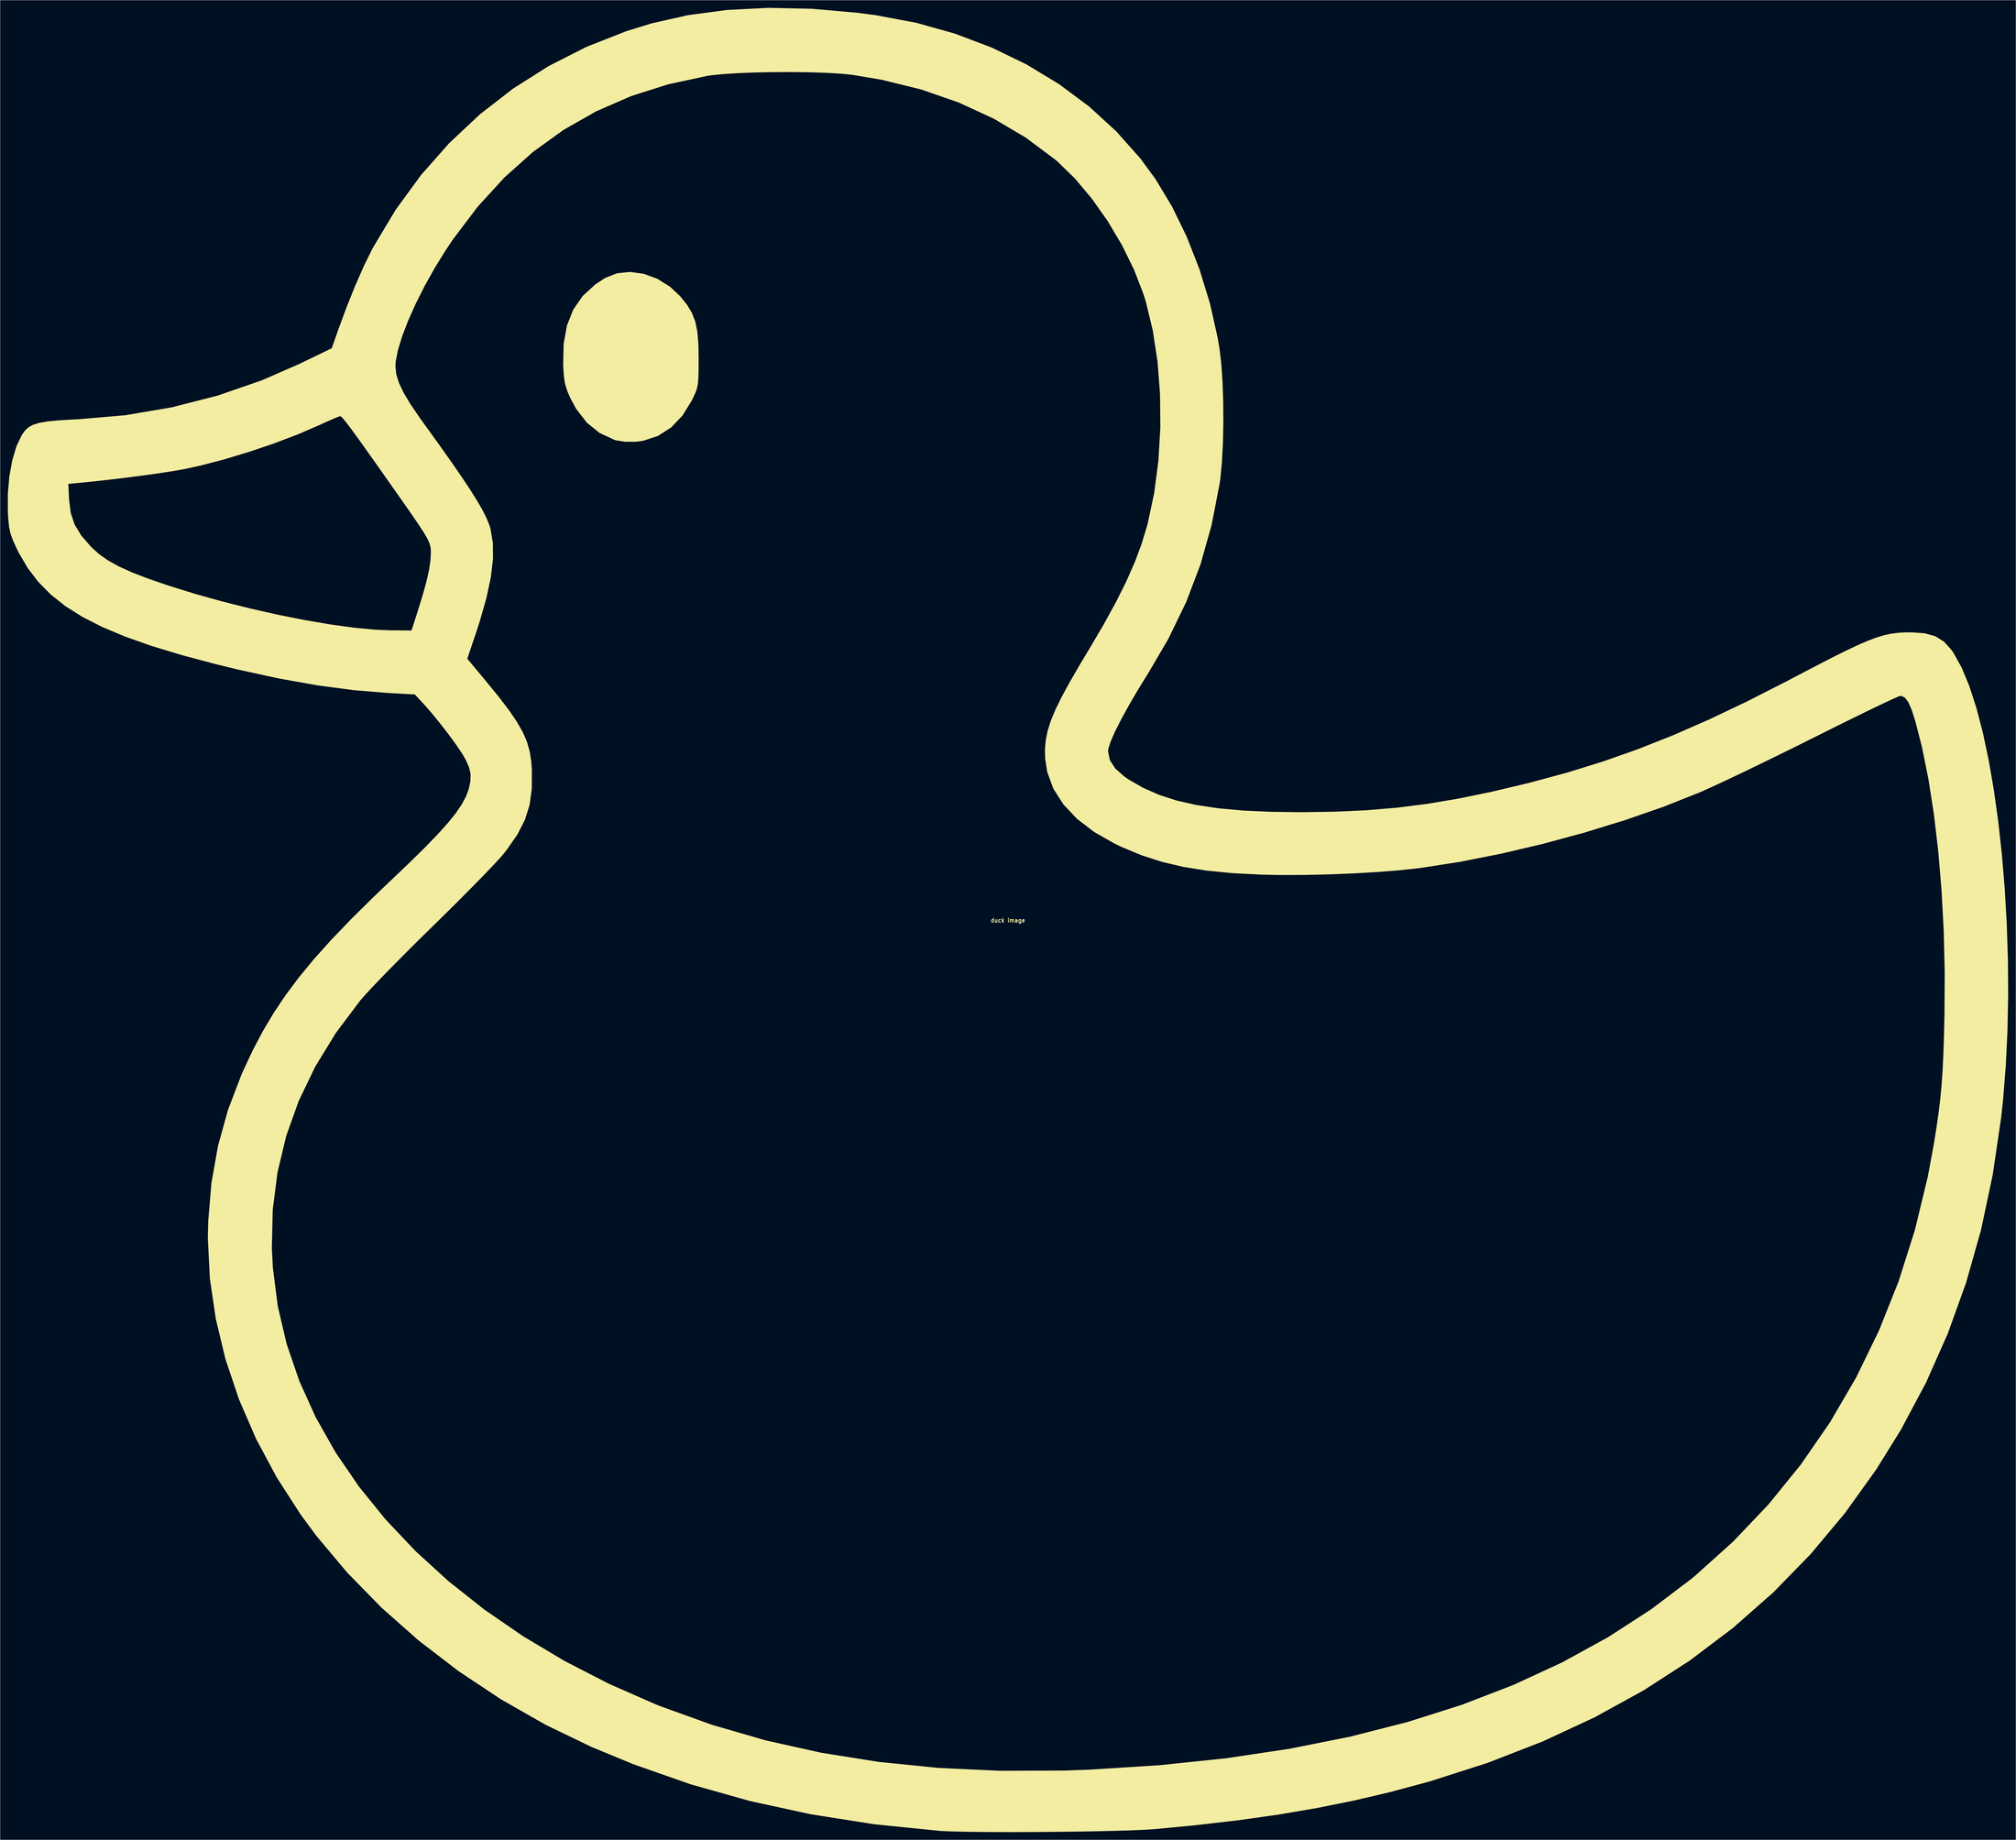
<source format=kicad_pcb>
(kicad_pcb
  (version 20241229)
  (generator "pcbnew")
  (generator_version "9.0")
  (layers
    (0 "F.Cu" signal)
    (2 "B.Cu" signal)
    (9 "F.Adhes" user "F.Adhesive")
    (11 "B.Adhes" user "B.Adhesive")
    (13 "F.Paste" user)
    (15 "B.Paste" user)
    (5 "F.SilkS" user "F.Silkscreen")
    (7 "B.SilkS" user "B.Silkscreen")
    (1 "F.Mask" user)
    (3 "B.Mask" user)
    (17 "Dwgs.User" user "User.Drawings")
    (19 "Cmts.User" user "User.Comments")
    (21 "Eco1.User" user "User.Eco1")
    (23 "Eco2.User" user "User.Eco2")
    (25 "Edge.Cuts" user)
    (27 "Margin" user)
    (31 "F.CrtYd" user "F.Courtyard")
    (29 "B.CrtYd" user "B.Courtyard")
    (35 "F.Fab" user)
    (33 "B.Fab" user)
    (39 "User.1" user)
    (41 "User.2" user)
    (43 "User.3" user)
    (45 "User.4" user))
  (footprint "duck image"
    (layer "F.Cu")
    (at 388.79 354.808)
    (property "Reference" "duck image" (at 0 0 0) (layer "F.SilkS") (effects (font (size 1.524 1.524) (thickness 0.3))))
    (attr through_hole)
    (fp_poly (pts (xy -141.525 -251.38) (xy -136.256 -249.433) (xy -131.33 -246.349) (xy -127.413 -242.655) (xy -124.776 -239.37) (xy -122.854 -236.204) (xy -121.546 -232.811) (xy -120.746 -228.843) (xy -120.351 -223.952) (xy -120.257 -218.66) (xy -120.268 -214.225) (xy -120.343 -211.014) (xy -120.538 -208.662) (xy -120.913 -206.805) (xy -121.523 -205.079) (xy -122.426 -203.121) (xy -122.838 -202.28) (xy -126.498 -196.326) (xy -130.94 -191.666) (xy -136.081 -188.364) (xy -141.837 -186.48) (xy -144.701 -186.104) (xy -148.807 -186.107) (xy -152.382 -186.666) (xy -152.936 -186.83) (xy -158.734 -189.519) (xy -163.69 -193.521) (xy -167.838 -198.869) (xy -170.125 -203.102) (xy -171.372 -205.998) (xy -172.16 -208.603) (xy -172.618 -211.517) (xy -172.874 -215.337) (xy -172.901 -215.953) (xy -172.722 -224.166) (xy -171.437 -231.299) (xy -168.995 -237.453) (xy -165.347 -242.732) (xy -160.443 -247.239) (xy -156.666 -249.741) (xy -152.003 -251.6) (xy -146.865 -252.124) (xy -141.525 -251.38)) (stroke (width 0.01) (type solid)) (fill yes) (layer "F.SilkS"))
    (fp_poly (pts (xy -76.248 -354.442) (xy -58.573 -352.889) (xy -51.197 -351.918) (xy -35.625 -348.985) (xy -20.629 -344.779) (xy -6.311 -339.362) (xy 7.225 -332.793) (xy 19.878 -325.132) (xy 31.544 -316.439) (xy 42.121 -306.774) (xy 51.507 -296.199) (xy 57.325 -288.269) (xy 63.746 -277.625) (xy 69.496 -265.812) (xy 74.453 -253.151) (xy 78.498 -239.962) (xy 81.509 -226.566) (xy 82.24 -222.25) (xy 82.936 -216.378) (xy 83.418 -209.369) (xy 83.684 -201.645) (xy 83.736 -193.629) (xy 83.572 -185.746) (xy 83.192 -178.416) (xy 82.596 -172.065) (xy 82.292 -169.863) (xy 79.161 -153.727) (xy 74.861 -138.465) (xy 69.286 -123.802) (xy 62.335 -109.461) (xy 54.713 -96.441) (xy 50.668 -89.885) (xy 47.09 -83.773) (xy 44.058 -78.26) (xy 41.652 -73.5) (xy 39.952 -69.647) (xy 39.037 -66.854) (xy 38.897 -65.809) (xy 39.608 -62.313) (xy 41.771 -58.995) (xy 45.446 -55.776) (xy 46.913 -54.778) (xy 52.554 -51.54) (xy 58.711 -48.831) (xy 65.534 -46.621) (xy 73.173 -44.884) (xy 81.777 -43.589) (xy 91.497 -42.708) (xy 102.481 -42.214) (xy 113.82 -42.077) (xy 127.059 -42.26) (xy 139.425 -42.829) (xy 151.295 -43.832) (xy 163.042 -45.318) (xy 175.043 -47.335) (xy 187.672 -49.932) (xy 201.306 -53.157) (xy 203.351 -53.67) (xy 217.517 -57.504) (xy 231.285 -61.771) (xy 244.914 -66.576) (xy 258.661 -72.02) (xy 272.787 -78.208) (xy 287.549 -85.243) (xy 303.206 -93.226) (xy 304.814 -94.072) (xy 312.793 -98.259) (xy 319.543 -101.746) (xy 325.228 -104.595) (xy 330.009 -106.868) (xy 334.051 -108.631) (xy 337.516 -109.945) (xy 340.568 -110.873) (xy 343.368 -111.48) (xy 346.08 -111.827) (xy 348.867 -111.979) (xy 351.087 -112.002) (xy 356.376 -111.639) (xy 360.546 -110.469) (xy 363.927 -108.332) (xy 366.851 -105.067) (xy 367.598 -103.981) (xy 370.775 -98.233) (xy 373.744 -91.049) (xy 376.491 -82.569) (xy 379 -72.932) (xy 381.259 -62.279) (xy 383.251 -50.749) (xy 384.964 -38.482) (xy 386.383 -25.618) (xy 387.493 -12.297) (xy 388.28 1.343) (xy 388.73 15.16) (xy 388.829 29.016) (xy 388.562 42.77) (xy 387.915 56.283) (xy 386.873 69.415) (xy 386.106 76.597) (xy 382.812 98.943) (xy 378.273 120.345) (xy 372.463 140.876) (xy 365.357 160.611) (xy 356.928 179.623) (xy 347.15 197.986) (xy 337.56 213.439) (xy 325.311 230.513) (xy 311.935 246.482) (xy 297.428 261.349) (xy 281.787 275.117) (xy 265.007 287.788) (xy 247.086 299.363) (xy 228.019 309.847) (xy 207.803 319.24) (xy 186.434 327.546) (xy 163.909 334.767) (xy 148.529 338.909) (xy 134.356 342.227) (xy 119.924 345.135) (xy 104.96 347.678) (xy 89.193 349.898) (xy 72.351 351.837) (xy 57.15 353.282) (xy 53.478 353.525) (xy 48.48 353.745) (xy 42.394 353.938) (xy 35.458 354.104) (xy 27.911 354.239) (xy 19.989 354.343) (xy 11.932 354.413) (xy 3.979 354.447) (xy -3.634 354.443) (xy -10.668 354.4) (xy -16.884 354.315) (xy -22.044 354.186) (xy -25.91 354.012) (xy -26.591 353.966) (xy -52.053 351.385) (xy -76.633 347.516) (xy -100.396 342.342) (xy -123.408 335.848) (xy -145.735 328.018) (xy -161.925 321.323) (xy -179.878 312.647) (xy -197.144 302.791) (xy -213.599 291.853) (xy -229.121 279.933) (xy -243.586 267.127) (xy -256.871 253.536) (xy -268.853 239.256) (xy -274.958 230.981) (xy -284.303 216.473) (xy -292.311 201.5) (xy -298.944 186.175) (xy -304.169 170.611) (xy -307.949 154.922) (xy -310.249 139.218) (xy -310.84 127.467) (xy -286.157 127.467) (xy -285.763 135.133) (xy -283.857 149.994) (xy -280.419 164.649) (xy -275.496 179.045) (xy -269.137 193.127) (xy -261.39 206.84) (xy -252.302 220.13) (xy -241.922 232.944) (xy -230.298 245.226) (xy -217.477 256.922) (xy -203.508 267.979) (xy -188.439 278.341) (xy -172.317 287.955) (xy -155.191 296.766) (xy -137.109 304.719) (xy -135.238 305.47) (xy -115.021 312.765) (xy -94.165 318.807) (xy -72.608 323.604) (xy -50.284 327.165) (xy -27.13 329.501) (xy -3.083 330.621) (xy 21.923 330.534) (xy 31.75 330.184) (xy 58.896 328.465) (xy 84.812 325.759) (xy 109.517 322.06) (xy 133.026 317.362) (xy 155.36 311.659) (xy 176.535 304.946) (xy 196.568 297.218) (xy 215.479 288.468) (xy 233.284 278.691) (xy 250.001 267.881) (xy 265.648 256.032) (xy 266.99 254.926) (xy 281.887 241.547) (xy 295.636 227.091) (xy 308.211 211.604) (xy 319.587 195.131) (xy 329.739 177.717) (xy 338.643 159.408) (xy 346.272 140.25) (xy 352.603 120.286) (xy 357.609 99.563) (xy 359.88 87.312) (xy 360.912 80.872) (xy 361.746 75.121) (xy 362.407 69.737) (xy 362.923 64.398) (xy 363.321 58.779) (xy 363.626 52.56) (xy 363.867 45.416) (xy 364.068 37.026) (xy 364.079 36.513) (xy 364.171 20.21) (xy 363.784 4.067) (xy 362.939 -11.715) (xy 361.654 -26.936) (xy 359.952 -41.394) (xy 357.85 -54.889) (xy 355.37 -67.219) (xy 352.762 -77.392) (xy 351.365 -81.777) (xy 350.073 -84.766) (xy 348.783 -86.538) (xy 347.388 -87.269) (xy 346.894 -87.312) (xy 345.932 -86.966) (xy 343.702 -85.973) (xy 340.353 -84.407) (xy 336.034 -82.338) (xy 330.893 -79.839) (xy 325.079 -76.98) (xy 318.741 -73.835) (xy 313.481 -71.204) (xy 306.299 -67.622) (xy 299.073 -64.06) (xy 292.029 -60.626) (xy 285.391 -57.428) (xy 279.386 -54.575) (xy 274.237 -52.174) (xy 270.171 -50.334) (xy 268.684 -49.688) (xy 254.865 -44.207) (xy 239.855 -38.985) (xy 224.047 -34.126) (xy 207.83 -29.737) (xy 191.595 -25.921) (xy 175.733 -22.786) (xy 160.634 -20.434) (xy 159.544 -20.293) (xy 152.219 -19.501) (xy 143.719 -18.828) (xy 134.451 -18.291) (xy 124.823 -17.905) (xy 115.245 -17.689) (xy 106.123 -17.659) (xy 98.902 -17.796) (xy 87.454 -18.372) (xy 77.288 -19.363) (xy 68.138 -20.824) (xy 59.742 -22.811) (xy 51.833 -25.38) (xy 44.148 -28.585) (xy 41.503 -29.847) (xy 33.488 -34.412) (xy 26.81 -39.538) (xy 21.517 -45.168) (xy 17.655 -51.245) (xy 15.271 -57.712) (xy 14.473 -62.917) (xy 14.396 -66.507) (xy 14.686 -70.027) (xy 15.415 -73.658) (xy 16.653 -77.578) (xy 18.471 -81.965) (xy 20.943 -86.999) (xy 24.137 -92.859) (xy 28.127 -99.724) (xy 31.16 -104.775) (xy 37.025 -114.72) (xy 41.949 -123.668) (xy 46.027 -131.825) (xy 49.355 -139.396) (xy 52.029 -146.586) (xy 54.145 -153.6) (xy 54.349 -154.373) (xy 56.861 -166.207) (xy 58.492 -178.742) (xy 59.246 -191.651) (xy 59.129 -204.609) (xy 58.149 -217.291) (xy 56.31 -229.369) (xy 53.618 -240.519) (xy 52.733 -243.367) (xy 49.054 -252.932) (xy 44.335 -262.544) (xy 38.786 -271.883) (xy 32.616 -280.631) (xy 26.033 -288.468) (xy 19.247 -295.076) (xy 18.426 -295.773) (xy 6.911 -304.37) (xy -5.648 -311.798) (xy -19.198 -318.035) (xy -33.683 -323.058) (xy -49.048 -326.844) (xy -60.325 -328.75) (xy -64.765 -329.207) (xy -70.381 -329.542) (xy -76.847 -329.755) (xy -83.834 -329.85) (xy -91.017 -329.828) (xy -98.069 -329.692) (xy -104.662 -329.443) (xy -110.47 -329.084) (xy -115.165 -328.618) (xy -116.805 -328.377) (xy -132.114 -325.078) (xy -146.527 -320.488) (xy -160.072 -314.587) (xy -172.777 -307.356) (xy -184.672 -298.775) (xy -195.786 -288.827) (xy -206.145 -277.491) (xy -215.781 -264.749) (xy -218.466 -260.753) (xy -222.728 -253.889) (xy -226.662 -246.865) (xy -230.171 -239.905) (xy -233.16 -233.229) (xy -235.531 -227.062) (xy -237.188 -221.623) (xy -238.034 -217.137) (xy -238.125 -215.521) (xy -237.809 -212.454) (xy -236.796 -209.099) (xy -234.989 -205.258) (xy -232.291 -200.733) (xy -228.605 -195.327) (xy -227.417 -193.675) (xy -221.52 -185.499) (xy -216.53 -178.461) (xy -212.376 -172.447) (xy -208.987 -167.345) (xy -206.29 -163.042) (xy -204.214 -159.425) (xy -202.689 -156.382) (xy -201.641 -153.8) (xy -201.182 -152.31) (xy -200.252 -146.838) (xy -200.197 -140.583) (xy -201.032 -133.431) (xy -202.772 -125.27) (xy -205.434 -115.986) (xy -206.674 -112.189) (xy -210.185 -101.743) (xy -203.018 -93.139) (xy -198.017 -87.01) (xy -194.025 -81.791) (xy -190.931 -77.267) (xy -188.624 -73.224) (xy -186.994 -69.447) (xy -185.928 -65.722) (xy -185.317 -61.833) (xy -185.081 -58.493) (xy -185.117 -51.236) (xy -185.973 -44.908) (xy -187.782 -39.112) (xy -190.678 -33.45) (xy -194.797 -27.523) (xy -196.077 -25.898) (xy -197.747 -23.978) (xy -200.402 -21.121) (xy -203.882 -17.489) (xy -208.028 -13.247) (xy -212.68 -8.558) (xy -217.678 -3.584) (xy -222.864 1.512) (xy -223.481 2.114) (xy -228.728 7.265) (xy -233.849 12.359) (xy -238.675 17.227) (xy -243.04 21.695) (xy -246.775 25.592) (xy -249.714 28.747) (xy -251.689 30.988) (xy -251.803 31.125) (xy -261.326 43.822) (xy -269.295 56.828) (xy -275.719 70.171) (xy -280.609 83.879) (xy -283.972 97.979) (xy -285.819 112.499) (xy -286.157 127.467) (xy -310.84 127.467) (xy -311.034 123.613) (xy -310.901 117.078) (xy -309.639 102.059) (xy -307.094 87.673) (xy -303.194 73.646) (xy -297.869 59.705) (xy -293.562 50.466) (xy -289.698 43.139) (xy -285.505 36.08) (xy -280.859 29.133) (xy -275.634 22.146) (xy -269.705 14.964) (xy -262.947 7.434) (xy -255.234 -0.597) (xy -246.441 -9.284) (xy -239.437 -15.969) (xy -232.404 -22.677) (xy -226.501 -28.489) (xy -221.634 -33.521) (xy -217.711 -37.889) (xy -214.64 -41.712) (xy -212.327 -45.104) (xy -210.681 -48.184) (xy -209.607 -51.068) (xy -209.015 -53.872) (xy -208.953 -54.362) (xy -208.897 -56.952) (xy -209.477 -59.465) (xy -210.739 -62.377) (xy -212.204 -64.904) (xy -214.487 -68.286) (xy -217.344 -72.203) (xy -220.53 -76.329) (xy -223.8 -80.344) (xy -226.909 -83.924) (xy -227.906 -85.006) (xy -230.584 -87.859) (xy -240.903 -88.428) (xy -254.301 -89.528) (xy -268.426 -91.403) (xy -283.449 -94.081) (xy -299.539 -97.591) (xy -308.372 -99.752) (xy -321.406 -103.235) (xy -332.958 -106.741) (xy -343.131 -110.33) (xy -352.029 -114.062) (xy -359.756 -117.997) (xy -366.417 -122.197) (xy -372.116 -126.721) (xy -376.957 -131.63) (xy -381.043 -136.984) (xy -384.48 -142.843) (xy -385.211 -144.315) (xy -386.739 -147.625) (xy -387.714 -150.267) (xy -388.288 -152.855) (xy -388.613 -156.003) (xy -388.766 -158.724) (xy -388.785 -165.856) (xy -388.45 -169.719) (xy -365.287 -169.719) (xy -364.99 -163.639) (xy -364.343 -158.424) (xy -362.827 -153.892) (xy -360.243 -149.623) (xy -356.394 -145.196) (xy -356.218 -145.017) (xy -353.29 -142.383) (xy -349.838 -139.955) (xy -345.656 -137.634) (xy -340.539 -135.315) (xy -334.283 -132.898) (xy -326.681 -130.28) (xy -326.361 -130.175) (xy -316.182 -127.009) (xy -305.54 -124.034) (xy -294.684 -121.301) (xy -283.864 -118.86) (xy -273.327 -116.761) (xy -263.324 -115.054) (xy -254.103 -113.791) (xy -245.913 -113.021) (xy -240.345 -112.794) (xy -231.85 -112.713) (xy -229.501 -120.055) (xy -227.491 -126.563) (xy -226.03 -131.85) (xy -225.06 -136.161) (xy -224.524 -139.742) (xy -224.373 -142.094) (xy -224.348 -143.458) (xy -224.405 -144.666) (xy -224.633 -145.871) (xy -225.119 -147.231) (xy -225.952 -148.9) (xy -227.222 -151.034) (xy -229.016 -153.79) (xy -231.424 -157.322) (xy -234.534 -161.788) (xy -238.434 -167.341) (xy -240.045 -169.632) (xy -244.789 -176.367) (xy -248.708 -181.903) (xy -251.88 -186.347) (xy -254.384 -189.807) (xy -256.298 -192.387) (xy -257.703 -194.195) (xy -258.677 -195.338) (xy -259.297 -195.921) (xy -259.601 -196.056) (xy -260.567 -195.738) (xy -262.632 -194.88) (xy -265.463 -193.623) (xy -267.807 -192.544) (xy -275.943 -189.023) (xy -285.126 -185.529) (xy -294.851 -182.224) (xy -304.612 -179.274) (xy -313.903 -176.843) (xy -320.427 -175.426) (xy -324.722 -174.677) (xy -330.236 -173.835) (xy -336.605 -172.949) (xy -343.468 -172.067) (xy -350.462 -171.236) (xy -357.224 -170.504) (xy -359.848 -170.243) (xy -365.287 -169.719) (xy -388.45 -169.719) (xy -388.191 -172.709) (xy -387.041 -179.001) (xy -385.397 -184.451) (xy -383.315 -188.776) (xy -382.124 -190.434) (xy -380.785 -191.699) (xy -379.013 -192.685) (xy -376.588 -193.438) (xy -373.293 -194.005) (xy -368.908 -194.432) (xy -363.216 -194.767) (xy -361.371 -194.849) (xy -343.15 -196.402) (xy -325.059 -199.475) (xy -307.285 -204.022) (xy -290.012 -209.996) (xy -275.361 -216.404) (xy -262.881 -222.437) (xy -260.325 -229.686) (xy -257.031 -238.612) (xy -253.634 -247.042) (xy -250.278 -254.637) (xy -247.106 -261.059) (xy -246.756 -261.714) (xy -238.016 -276.3) (xy -228.146 -289.811) (xy -217.203 -302.201) (xy -205.245 -313.423) (xy -192.33 -323.431) (xy -178.517 -332.177) (xy -163.864 -339.615) (xy -148.428 -345.698) (xy -138.509 -348.763) (xy -124.354 -351.961) (xy -109.211 -353.976) (xy -93.151 -354.803) (xy -76.248 -354.442)) (stroke (width 0.01) (type solid)) (fill yes) (layer "F.SilkS")))
  (gr_rect
    (start -3 -3)
    (end 780.624 712.26)
    (stroke (width 0.1) (type default))
    (fill no)
    (layer "Edge.Cuts")))
</source>
